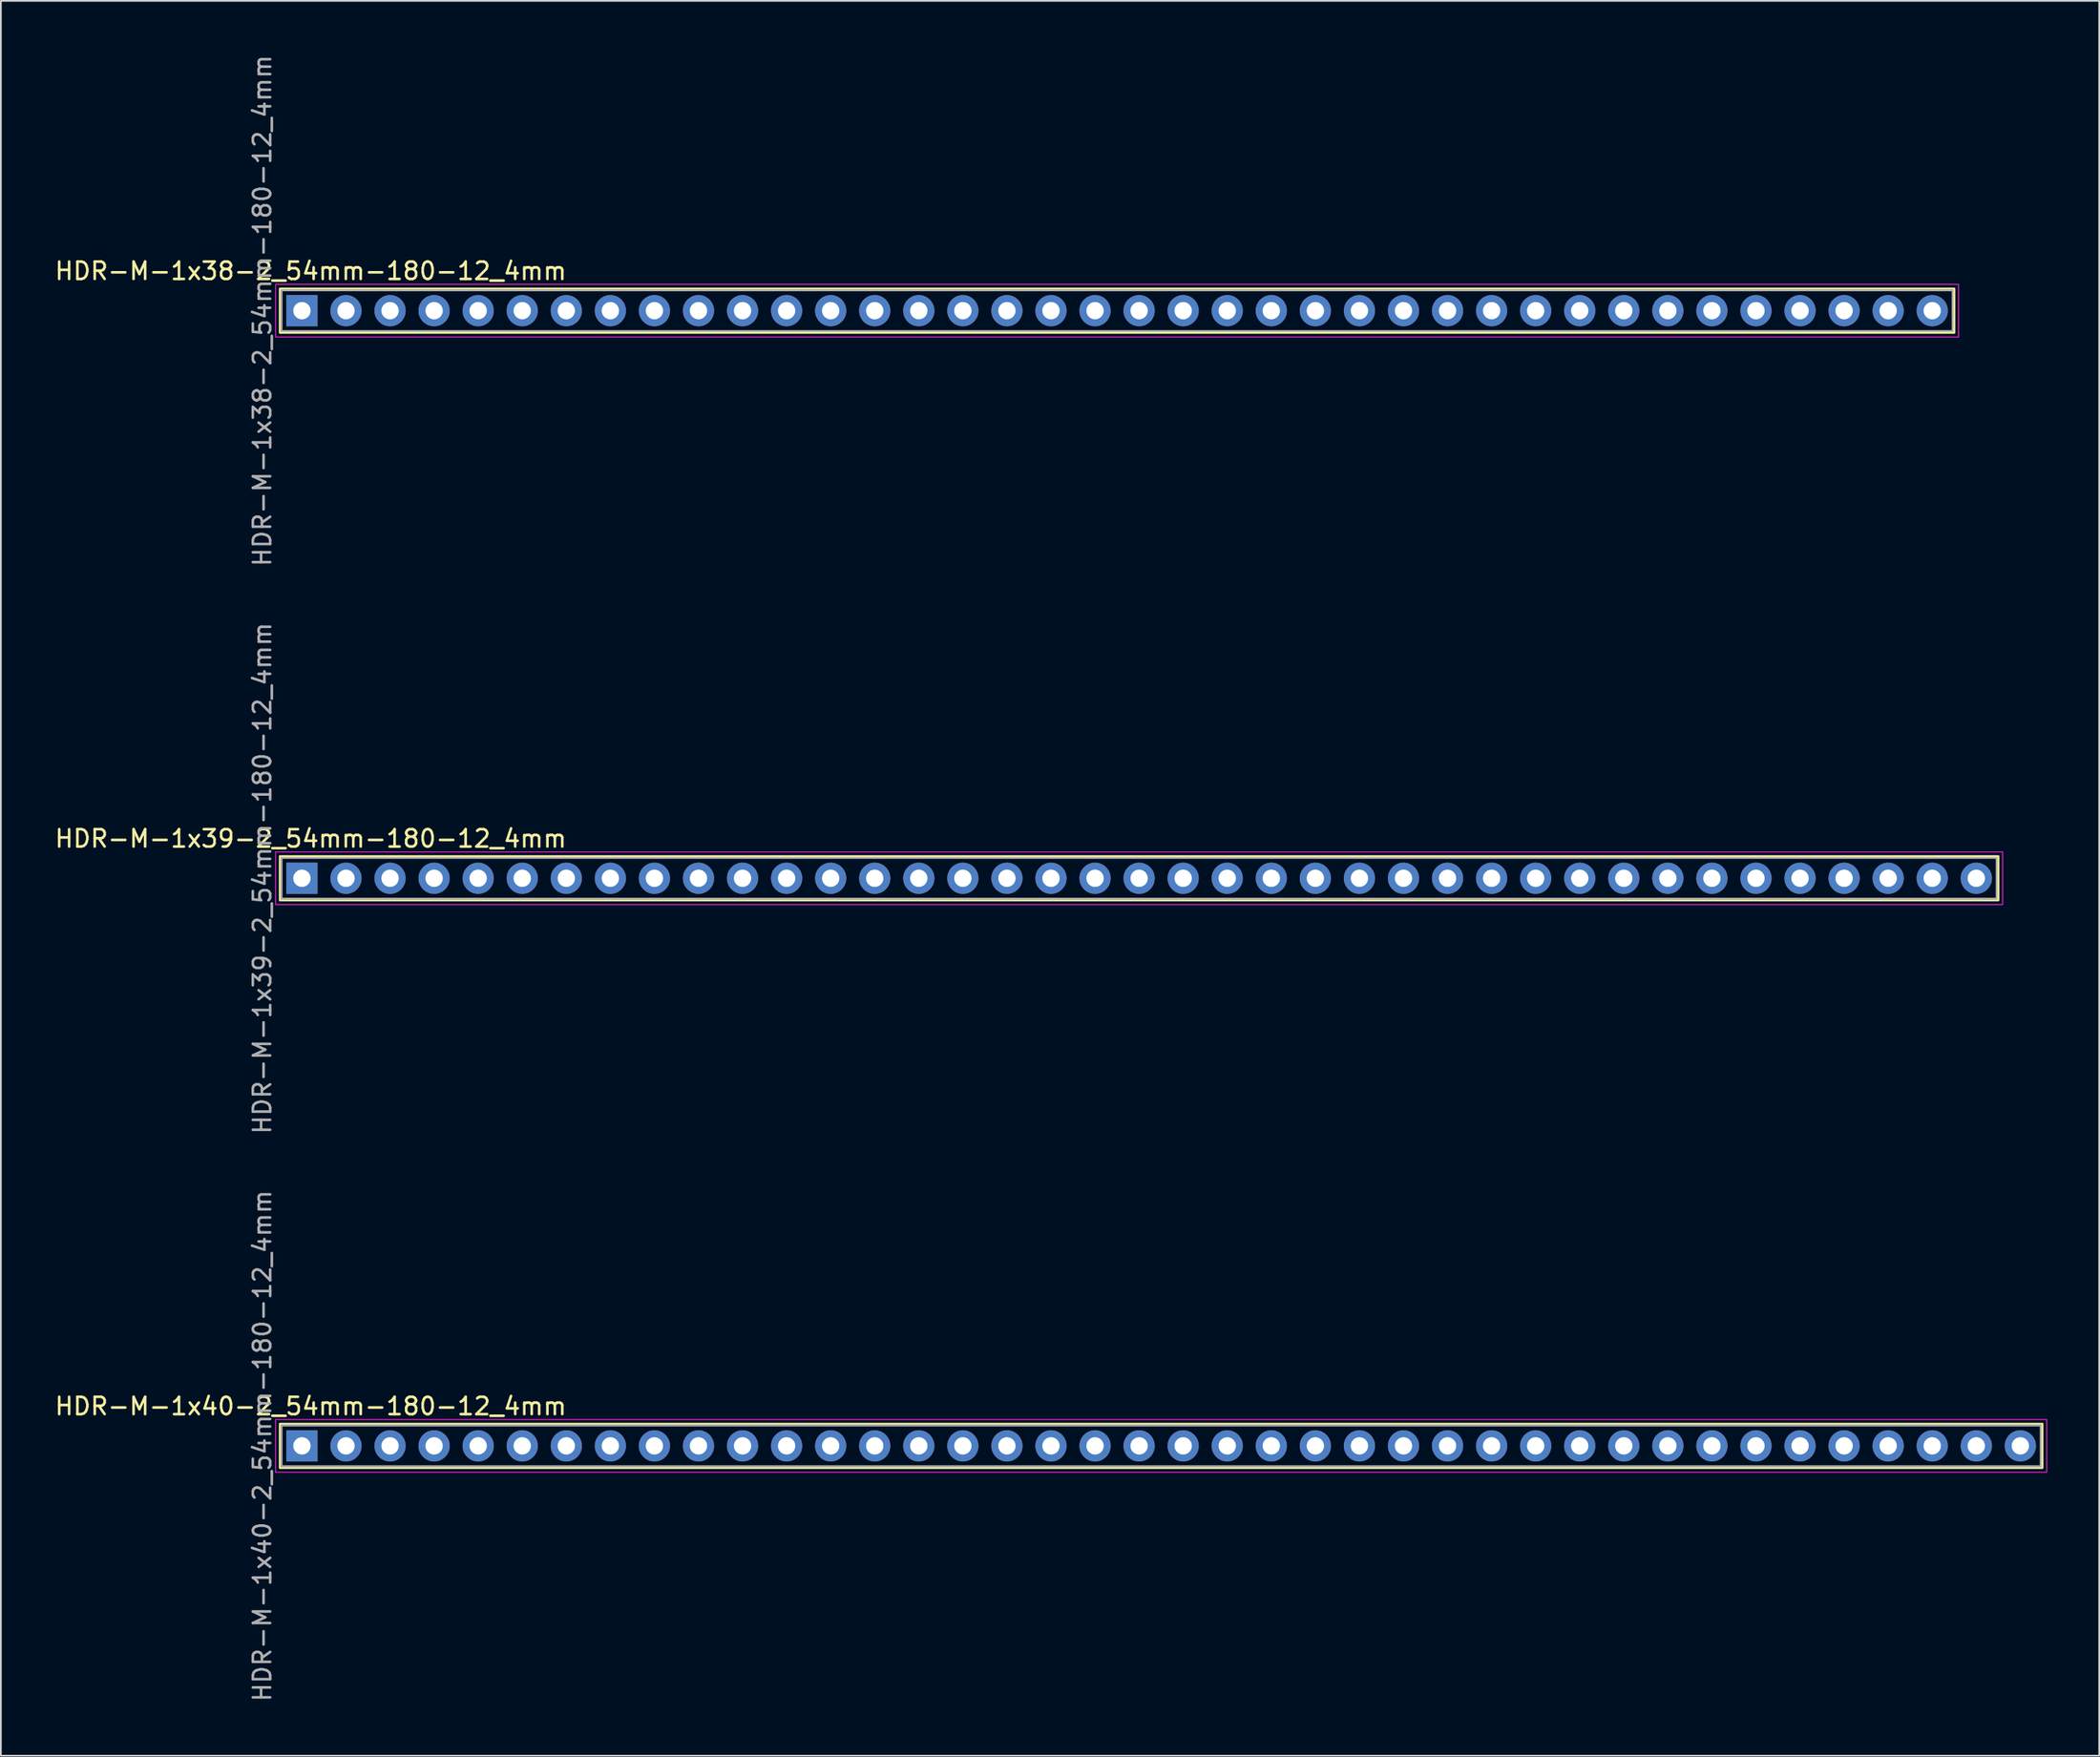
<source format=kicad_pcb>
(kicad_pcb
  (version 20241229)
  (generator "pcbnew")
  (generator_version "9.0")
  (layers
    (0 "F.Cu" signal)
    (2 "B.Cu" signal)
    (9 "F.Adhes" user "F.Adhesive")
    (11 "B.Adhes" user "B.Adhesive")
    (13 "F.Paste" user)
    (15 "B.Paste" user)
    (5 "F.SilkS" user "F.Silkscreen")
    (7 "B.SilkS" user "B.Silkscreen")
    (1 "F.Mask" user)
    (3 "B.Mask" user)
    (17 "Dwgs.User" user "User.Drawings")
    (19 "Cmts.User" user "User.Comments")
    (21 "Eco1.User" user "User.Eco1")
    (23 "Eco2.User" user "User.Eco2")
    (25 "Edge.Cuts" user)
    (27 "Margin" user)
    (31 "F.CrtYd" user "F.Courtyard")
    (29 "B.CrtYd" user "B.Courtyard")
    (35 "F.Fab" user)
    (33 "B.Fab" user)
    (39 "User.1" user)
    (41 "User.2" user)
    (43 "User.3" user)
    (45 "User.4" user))
  (footprint "HDR-M-1x38-2_54mm-180-12_4mm"
    (layer "F.Cu")
    (at 14.355 14.863)
    (property "Reference" "HDR-M-1x38-2_54mm-180-12_4mm" (at 0.508 -2.286 0) (unlocked yes) (layer "F.SilkS") (effects (font (size 1 1) (thickness 0.15))))
    (attr through_hole)
    (fp_rect (start -1.27 -1.27) (end 95.25 1.27) (stroke (width 0.12) (type solid)) (fill no) (layer "F.SilkS"))
    (fp_rect (start -1.52 -1.52) (end 95.5 1.52) (stroke (width 0.05) (type solid)) (fill no) (layer "F.CrtYd"))
    (fp_rect (start -1.17 -1.17) (end 95.15 1.17) (stroke (width 0.1) (type solid)) (fill no) (layer "F.Fab"))
    (fp_text user "${REFERENCE}" (at -2.286 0 90) (unlocked yes) (layer "F.Fab") (effects (font (size 1 1) (thickness 0.15))))
    (pad "1" thru_hole rect (at 0 0) (size 1.8 1.8) (drill 1) (layers "*.Cu" "*.Mask"))
    (pad "2" thru_hole circle (at 2.54 0) (size 1.8 1.8) (drill 1) (layers "*.Cu" "*.Mask"))
    (pad "3" thru_hole circle (at 5.08 0) (size 1.8 1.8) (drill 1) (layers "*.Cu" "*.Mask"))
    (pad "4" thru_hole circle (at 7.62 0) (size 1.8 1.8) (drill 1) (layers "*.Cu" "*.Mask"))
    (pad "5" thru_hole circle (at 10.16 0) (size 1.8 1.8) (drill 1) (layers "*.Cu" "*.Mask"))
    (pad "6" thru_hole circle (at 12.7 0) (size 1.8 1.8) (drill 1) (layers "*.Cu" "*.Mask"))
    (pad "7" thru_hole circle (at 15.24 0) (size 1.8 1.8) (drill 1) (layers "*.Cu" "*.Mask"))
    (pad "8" thru_hole circle (at 17.78 0) (size 1.8 1.8) (drill 1) (layers "*.Cu" "*.Mask"))
    (pad "9" thru_hole circle (at 20.32 0) (size 1.8 1.8) (drill 1) (layers "*.Cu" "*.Mask"))
    (pad "10" thru_hole circle (at 22.86 0) (size 1.8 1.8) (drill 1) (layers "*.Cu" "*.Mask"))
    (pad "11" thru_hole circle (at 25.4 0) (size 1.8 1.8) (drill 1) (layers "*.Cu" "*.Mask"))
    (pad "12" thru_hole circle (at 27.94 0) (size 1.8 1.8) (drill 1) (layers "*.Cu" "*.Mask"))
    (pad "13" thru_hole circle (at 30.48 0) (size 1.8 1.8) (drill 1) (layers "*.Cu" "*.Mask"))
    (pad "14" thru_hole circle (at 33.02 0) (size 1.8 1.8) (drill 1) (layers "*.Cu" "*.Mask"))
    (pad "15" thru_hole circle (at 35.56 0) (size 1.8 1.8) (drill 1) (layers "*.Cu" "*.Mask"))
    (pad "16" thru_hole circle (at 38.1 0) (size 1.8 1.8) (drill 1) (layers "*.Cu" "*.Mask"))
    (pad "17" thru_hole circle (at 40.64 0) (size 1.8 1.8) (drill 1) (layers "*.Cu" "*.Mask"))
    (pad "18" thru_hole circle (at 43.18 0) (size 1.8 1.8) (drill 1) (layers "*.Cu" "*.Mask"))
    (pad "19" thru_hole circle (at 45.72 0) (size 1.8 1.8) (drill 1) (layers "*.Cu" "*.Mask"))
    (pad "20" thru_hole circle (at 48.26 0) (size 1.8 1.8) (drill 1) (layers "*.Cu" "*.Mask"))
    (pad "21" thru_hole circle (at 50.8 0) (size 1.8 1.8) (drill 1) (layers "*.Cu" "*.Mask"))
    (pad "22" thru_hole circle (at 53.34 0) (size 1.8 1.8) (drill 1) (layers "*.Cu" "*.Mask"))
    (pad "23" thru_hole circle (at 55.88 0) (size 1.8 1.8) (drill 1) (layers "*.Cu" "*.Mask"))
    (pad "24" thru_hole circle (at 58.42 0) (size 1.8 1.8) (drill 1) (layers "*.Cu" "*.Mask"))
    (pad "25" thru_hole circle (at 60.96 0) (size 1.8 1.8) (drill 1) (layers "*.Cu" "*.Mask"))
    (pad "26" thru_hole circle (at 63.5 0) (size 1.8 1.8) (drill 1) (layers "*.Cu" "*.Mask"))
    (pad "27" thru_hole circle (at 66.04 0) (size 1.8 1.8) (drill 1) (layers "*.Cu" "*.Mask"))
    (pad "28" thru_hole circle (at 68.58 0) (size 1.8 1.8) (drill 1) (layers "*.Cu" "*.Mask"))
    (pad "29" thru_hole circle (at 71.12 0) (size 1.8 1.8) (drill 1) (layers "*.Cu" "*.Mask"))
    (pad "30" thru_hole circle (at 73.66 0) (size 1.8 1.8) (drill 1) (layers "*.Cu" "*.Mask"))
    (pad "31" thru_hole circle (at 76.2 0) (size 1.8 1.8) (drill 1) (layers "*.Cu" "*.Mask"))
    (pad "32" thru_hole circle (at 78.74 0) (size 1.8 1.8) (drill 1) (layers "*.Cu" "*.Mask"))
    (pad "33" thru_hole circle (at 81.28 0) (size 1.8 1.8) (drill 1) (layers "*.Cu" "*.Mask"))
    (pad "34" thru_hole circle (at 83.82 0) (size 1.8 1.8) (drill 1) (layers "*.Cu" "*.Mask"))
    (pad "35" thru_hole circle (at 86.36 0) (size 1.8 1.8) (drill 1) (layers "*.Cu" "*.Mask"))
    (pad "36" thru_hole circle (at 88.9 0) (size 1.8 1.8) (drill 1) (layers "*.Cu" "*.Mask"))
    (pad "37" thru_hole circle (at 91.44 0) (size 1.8 1.8) (drill 1) (layers "*.Cu" "*.Mask"))
    (pad "38" thru_hole circle (at 93.98 0) (size 1.8 1.8) (drill 1) (layers "*.Cu" "*.Mask")))
  (footprint "HDR-M-1x39-2_54mm-180-12_4mm"
    (layer "F.Cu")
    (at 14.355 47.589)
    (property "Reference" "HDR-M-1x39-2_54mm-180-12_4mm" (at 0.508 -2.286 0) (unlocked yes) (layer "F.SilkS") (effects (font (size 1 1) (thickness 0.15))))
    (attr through_hole)
    (fp_rect (start -1.27 -1.27) (end 97.79 1.27) (stroke (width 0.12) (type solid)) (fill no) (layer "F.SilkS"))
    (fp_rect (start -1.52 -1.52) (end 98.04 1.52) (stroke (width 0.05) (type solid)) (fill no) (layer "F.CrtYd"))
    (fp_rect (start -1.17 -1.17) (end 97.69 1.17) (stroke (width 0.1) (type solid)) (fill no) (layer "F.Fab"))
    (fp_text user "${REFERENCE}" (at -2.286 0 90) (unlocked yes) (layer "F.Fab") (effects (font (size 1 1) (thickness 0.15))))
    (pad "1" thru_hole rect (at 0 0) (size 1.8 1.8) (drill 1) (layers "*.Cu" "*.Mask"))
    (pad "2" thru_hole circle (at 2.54 0) (size 1.8 1.8) (drill 1) (layers "*.Cu" "*.Mask"))
    (pad "3" thru_hole circle (at 5.08 0) (size 1.8 1.8) (drill 1) (layers "*.Cu" "*.Mask"))
    (pad "4" thru_hole circle (at 7.62 0) (size 1.8 1.8) (drill 1) (layers "*.Cu" "*.Mask"))
    (pad "5" thru_hole circle (at 10.16 0) (size 1.8 1.8) (drill 1) (layers "*.Cu" "*.Mask"))
    (pad "6" thru_hole circle (at 12.7 0) (size 1.8 1.8) (drill 1) (layers "*.Cu" "*.Mask"))
    (pad "7" thru_hole circle (at 15.24 0) (size 1.8 1.8) (drill 1) (layers "*.Cu" "*.Mask"))
    (pad "8" thru_hole circle (at 17.78 0) (size 1.8 1.8) (drill 1) (layers "*.Cu" "*.Mask"))
    (pad "9" thru_hole circle (at 20.32 0) (size 1.8 1.8) (drill 1) (layers "*.Cu" "*.Mask"))
    (pad "10" thru_hole circle (at 22.86 0) (size 1.8 1.8) (drill 1) (layers "*.Cu" "*.Mask"))
    (pad "11" thru_hole circle (at 25.4 0) (size 1.8 1.8) (drill 1) (layers "*.Cu" "*.Mask"))
    (pad "12" thru_hole circle (at 27.94 0) (size 1.8 1.8) (drill 1) (layers "*.Cu" "*.Mask"))
    (pad "13" thru_hole circle (at 30.48 0) (size 1.8 1.8) (drill 1) (layers "*.Cu" "*.Mask"))
    (pad "14" thru_hole circle (at 33.02 0) (size 1.8 1.8) (drill 1) (layers "*.Cu" "*.Mask"))
    (pad "15" thru_hole circle (at 35.56 0) (size 1.8 1.8) (drill 1) (layers "*.Cu" "*.Mask"))
    (pad "16" thru_hole circle (at 38.1 0) (size 1.8 1.8) (drill 1) (layers "*.Cu" "*.Mask"))
    (pad "17" thru_hole circle (at 40.64 0) (size 1.8 1.8) (drill 1) (layers "*.Cu" "*.Mask"))
    (pad "18" thru_hole circle (at 43.18 0) (size 1.8 1.8) (drill 1) (layers "*.Cu" "*.Mask"))
    (pad "19" thru_hole circle (at 45.72 0) (size 1.8 1.8) (drill 1) (layers "*.Cu" "*.Mask"))
    (pad "20" thru_hole circle (at 48.26 0) (size 1.8 1.8) (drill 1) (layers "*.Cu" "*.Mask"))
    (pad "21" thru_hole circle (at 50.8 0) (size 1.8 1.8) (drill 1) (layers "*.Cu" "*.Mask"))
    (pad "22" thru_hole circle (at 53.34 0) (size 1.8 1.8) (drill 1) (layers "*.Cu" "*.Mask"))
    (pad "23" thru_hole circle (at 55.88 0) (size 1.8 1.8) (drill 1) (layers "*.Cu" "*.Mask"))
    (pad "24" thru_hole circle (at 58.42 0) (size 1.8 1.8) (drill 1) (layers "*.Cu" "*.Mask"))
    (pad "25" thru_hole circle (at 60.96 0) (size 1.8 1.8) (drill 1) (layers "*.Cu" "*.Mask"))
    (pad "26" thru_hole circle (at 63.5 0) (size 1.8 1.8) (drill 1) (layers "*.Cu" "*.Mask"))
    (pad "27" thru_hole circle (at 66.04 0) (size 1.8 1.8) (drill 1) (layers "*.Cu" "*.Mask"))
    (pad "28" thru_hole circle (at 68.58 0) (size 1.8 1.8) (drill 1) (layers "*.Cu" "*.Mask"))
    (pad "29" thru_hole circle (at 71.12 0) (size 1.8 1.8) (drill 1) (layers "*.Cu" "*.Mask"))
    (pad "30" thru_hole circle (at 73.66 0) (size 1.8 1.8) (drill 1) (layers "*.Cu" "*.Mask"))
    (pad "31" thru_hole circle (at 76.2 0) (size 1.8 1.8) (drill 1) (layers "*.Cu" "*.Mask"))
    (pad "32" thru_hole circle (at 78.74 0) (size 1.8 1.8) (drill 1) (layers "*.Cu" "*.Mask"))
    (pad "33" thru_hole circle (at 81.28 0) (size 1.8 1.8) (drill 1) (layers "*.Cu" "*.Mask"))
    (pad "34" thru_hole circle (at 83.82 0) (size 1.8 1.8) (drill 1) (layers "*.Cu" "*.Mask"))
    (pad "35" thru_hole circle (at 86.36 0) (size 1.8 1.8) (drill 1) (layers "*.Cu" "*.Mask"))
    (pad "36" thru_hole circle (at 88.9 0) (size 1.8 1.8) (drill 1) (layers "*.Cu" "*.Mask"))
    (pad "37" thru_hole circle (at 91.44 0) (size 1.8 1.8) (drill 1) (layers "*.Cu" "*.Mask"))
    (pad "38" thru_hole circle (at 93.98 0) (size 1.8 1.8) (drill 1) (layers "*.Cu" "*.Mask"))
    (pad "39" thru_hole circle (at 96.52 0) (size 1.8 1.8) (drill 1) (layers "*.Cu" "*.Mask")))
  (footprint "HDR-M-1x40-2_54mm-180-12_4mm"
    (layer "F.Cu")
    (at 14.355 80.315)
    (property "Reference" "HDR-M-1x40-2_54mm-180-12_4mm" (at 0.508 -2.286 0) (unlocked yes) (layer "F.SilkS") (effects (font (size 1 1) (thickness 0.15))))
    (attr through_hole)
    (fp_rect (start -1.27 -1.27) (end 100.33 1.27) (stroke (width 0.12) (type solid)) (fill no) (layer "F.SilkS"))
    (fp_rect (start -1.52 -1.52) (end 100.58 1.52) (stroke (width 0.05) (type solid)) (fill no) (layer "F.CrtYd"))
    (fp_rect (start -1.17 -1.17) (end 100.23 1.17) (stroke (width 0.1) (type solid)) (fill no) (layer "F.Fab"))
    (fp_text user "${REFERENCE}" (at -2.286 0 90) (unlocked yes) (layer "F.Fab") (effects (font (size 1 1) (thickness 0.15))))
    (pad "1" thru_hole rect (at 0 0) (size 1.8 1.8) (drill 1) (layers "*.Cu" "*.Mask"))
    (pad "2" thru_hole circle (at 2.54 0) (size 1.8 1.8) (drill 1) (layers "*.Cu" "*.Mask"))
    (pad "3" thru_hole circle (at 5.08 0) (size 1.8 1.8) (drill 1) (layers "*.Cu" "*.Mask"))
    (pad "4" thru_hole circle (at 7.62 0) (size 1.8 1.8) (drill 1) (layers "*.Cu" "*.Mask"))
    (pad "5" thru_hole circle (at 10.16 0) (size 1.8 1.8) (drill 1) (layers "*.Cu" "*.Mask"))
    (pad "6" thru_hole circle (at 12.7 0) (size 1.8 1.8) (drill 1) (layers "*.Cu" "*.Mask"))
    (pad "7" thru_hole circle (at 15.24 0) (size 1.8 1.8) (drill 1) (layers "*.Cu" "*.Mask"))
    (pad "8" thru_hole circle (at 17.78 0) (size 1.8 1.8) (drill 1) (layers "*.Cu" "*.Mask"))
    (pad "9" thru_hole circle (at 20.32 0) (size 1.8 1.8) (drill 1) (layers "*.Cu" "*.Mask"))
    (pad "10" thru_hole circle (at 22.86 0) (size 1.8 1.8) (drill 1) (layers "*.Cu" "*.Mask"))
    (pad "11" thru_hole circle (at 25.4 0) (size 1.8 1.8) (drill 1) (layers "*.Cu" "*.Mask"))
    (pad "12" thru_hole circle (at 27.94 0) (size 1.8 1.8) (drill 1) (layers "*.Cu" "*.Mask"))
    (pad "13" thru_hole circle (at 30.48 0) (size 1.8 1.8) (drill 1) (layers "*.Cu" "*.Mask"))
    (pad "14" thru_hole circle (at 33.02 0) (size 1.8 1.8) (drill 1) (layers "*.Cu" "*.Mask"))
    (pad "15" thru_hole circle (at 35.56 0) (size 1.8 1.8) (drill 1) (layers "*.Cu" "*.Mask"))
    (pad "16" thru_hole circle (at 38.1 0) (size 1.8 1.8) (drill 1) (layers "*.Cu" "*.Mask"))
    (pad "17" thru_hole circle (at 40.64 0) (size 1.8 1.8) (drill 1) (layers "*.Cu" "*.Mask"))
    (pad "18" thru_hole circle (at 43.18 0) (size 1.8 1.8) (drill 1) (layers "*.Cu" "*.Mask"))
    (pad "19" thru_hole circle (at 45.72 0) (size 1.8 1.8) (drill 1) (layers "*.Cu" "*.Mask"))
    (pad "20" thru_hole circle (at 48.26 0) (size 1.8 1.8) (drill 1) (layers "*.Cu" "*.Mask"))
    (pad "21" thru_hole circle (at 50.8 0) (size 1.8 1.8) (drill 1) (layers "*.Cu" "*.Mask"))
    (pad "22" thru_hole circle (at 53.34 0) (size 1.8 1.8) (drill 1) (layers "*.Cu" "*.Mask"))
    (pad "23" thru_hole circle (at 55.88 0) (size 1.8 1.8) (drill 1) (layers "*.Cu" "*.Mask"))
    (pad "24" thru_hole circle (at 58.42 0) (size 1.8 1.8) (drill 1) (layers "*.Cu" "*.Mask"))
    (pad "25" thru_hole circle (at 60.96 0) (size 1.8 1.8) (drill 1) (layers "*.Cu" "*.Mask"))
    (pad "26" thru_hole circle (at 63.5 0) (size 1.8 1.8) (drill 1) (layers "*.Cu" "*.Mask"))
    (pad "27" thru_hole circle (at 66.04 0) (size 1.8 1.8) (drill 1) (layers "*.Cu" "*.Mask"))
    (pad "28" thru_hole circle (at 68.58 0) (size 1.8 1.8) (drill 1) (layers "*.Cu" "*.Mask"))
    (pad "29" thru_hole circle (at 71.12 0) (size 1.8 1.8) (drill 1) (layers "*.Cu" "*.Mask"))
    (pad "30" thru_hole circle (at 73.66 0) (size 1.8 1.8) (drill 1) (layers "*.Cu" "*.Mask"))
    (pad "31" thru_hole circle (at 76.2 0) (size 1.8 1.8) (drill 1) (layers "*.Cu" "*.Mask"))
    (pad "32" thru_hole circle (at 78.74 0) (size 1.8 1.8) (drill 1) (layers "*.Cu" "*.Mask"))
    (pad "33" thru_hole circle (at 81.28 0) (size 1.8 1.8) (drill 1) (layers "*.Cu" "*.Mask"))
    (pad "34" thru_hole circle (at 83.82 0) (size 1.8 1.8) (drill 1) (layers "*.Cu" "*.Mask"))
    (pad "35" thru_hole circle (at 86.36 0) (size 1.8 1.8) (drill 1) (layers "*.Cu" "*.Mask"))
    (pad "36" thru_hole circle (at 88.9 0) (size 1.8 1.8) (drill 1) (layers "*.Cu" "*.Mask"))
    (pad "37" thru_hole circle (at 91.44 0) (size 1.8 1.8) (drill 1) (layers "*.Cu" "*.Mask"))
    (pad "38" thru_hole circle (at 93.98 0) (size 1.8 1.8) (drill 1) (layers "*.Cu" "*.Mask"))
    (pad "39" thru_hole circle (at 96.52 0) (size 1.8 1.8) (drill 1) (layers "*.Cu" "*.Mask"))
    (pad "40" thru_hole circle (at 99.06 0) (size 1.8 1.8) (drill 1) (layers "*.Cu" "*.Mask")))
  (gr_rect
    (start -3 -3)
    (end 117.96 98.179)
    (stroke (width 0.1) (type default))
    (fill no)
    (layer "Edge.Cuts")))
</source>
